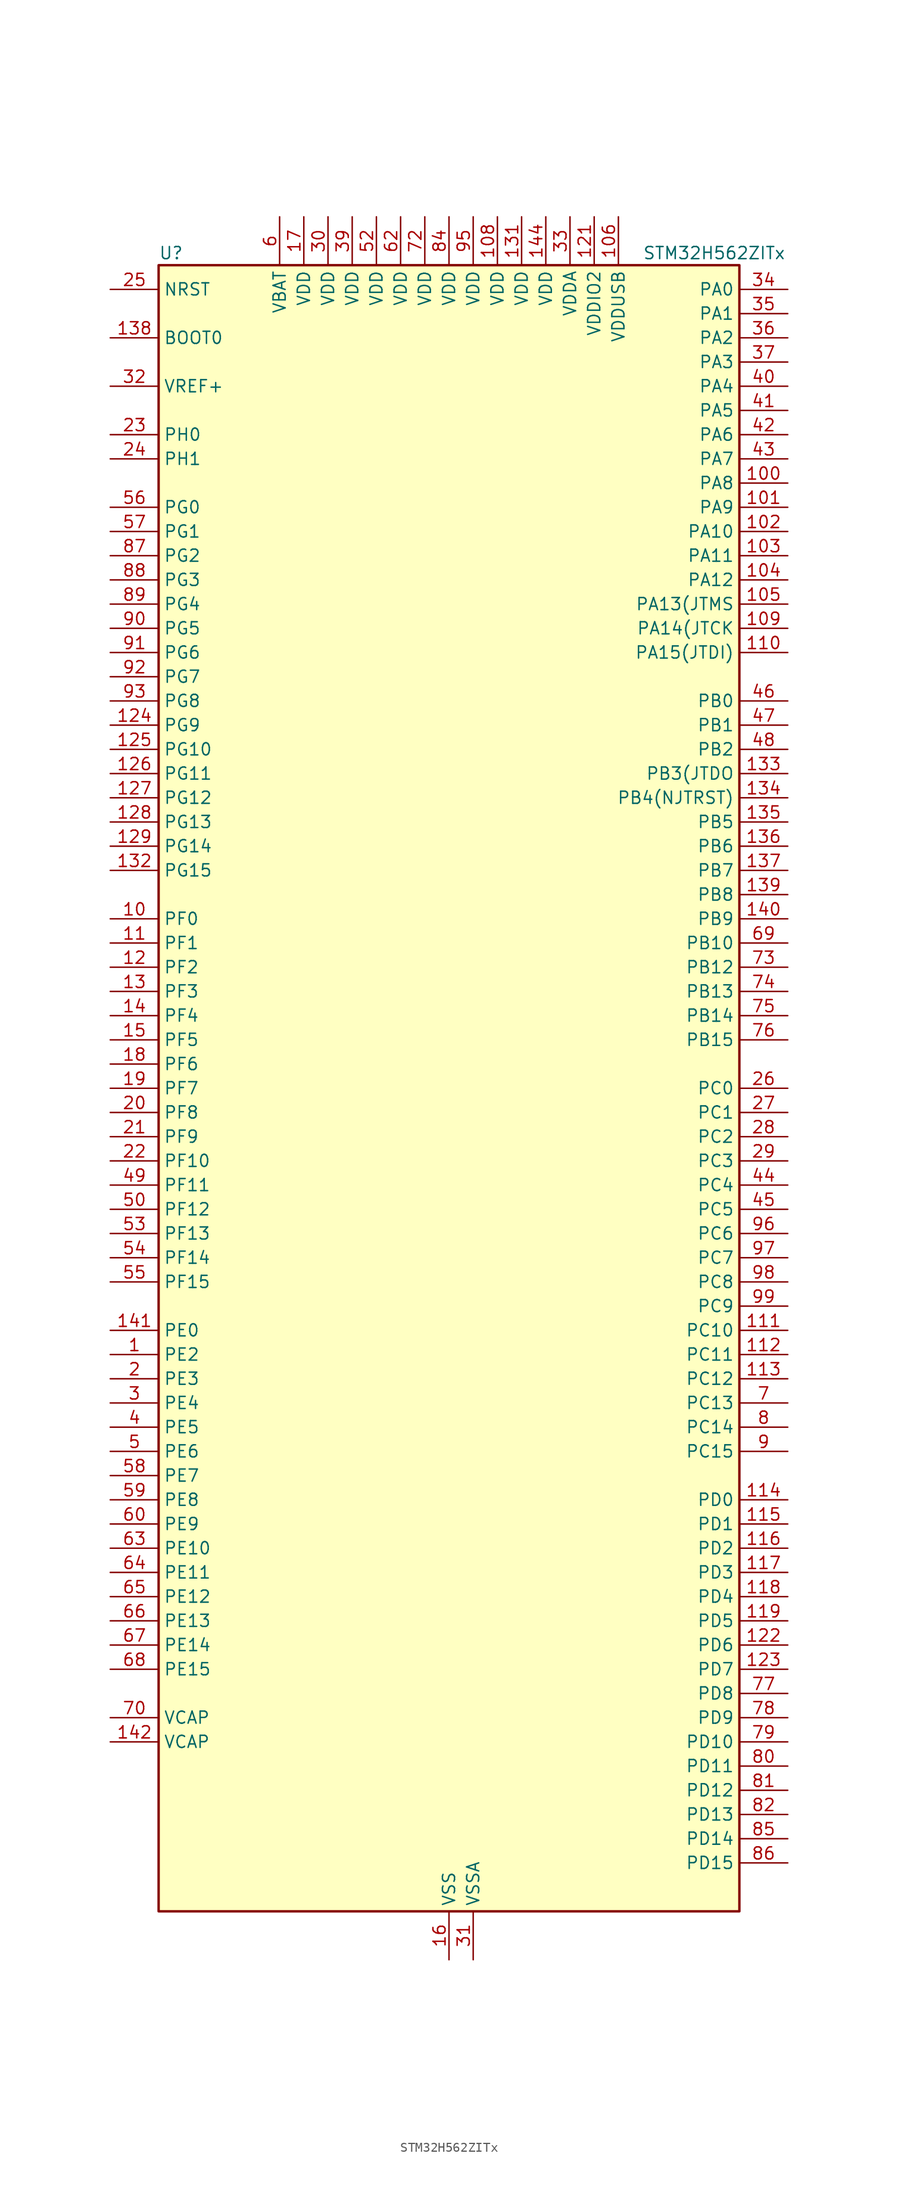
<source format=kicad_sym>
(kicad_symbol_lib
  (version 20231120)
  (generator "kicad-library-utils")
  (generator_version "8.0")
  (symbol "STM32H562ZITx"
    (property "Reference" "U"
      (at -30.48 87.63 0)
      (effects (font (size 1.27 1.27)) (justify left)))
    (property "Value" "STM32H562ZITx"
      (at 20.32 87.63 0)
      (effects (font (size 1.27 1.27)) (justify left)))
    (symbol "STM32H562ZITx_0_1"
      (rectangle (start -30.48 -86.36) (end 30.48 86.36) (stroke (width 0.254) (type default)) (fill (type background))))
    (symbol "STM32H562ZITx_1_1"
      (pin bidirectional line (at -35.56 -27.94 0) (length 5.08) (name "PE2" (effects (font (size 1.27 1.27)))) (number "1" (effects (font (size 1.27 1.27)))) (alternate "DCMI_D3" bidirectional line) (alternate "DEBUG_TRACECLK" bidirectional line) (alternate "FMC_A23" bidirectional line) (alternate "LPTIM1_IN2" bidirectional line) (alternate "OCTOSPI1_IO2" bidirectional line) (alternate "PSSI_D3" bidirectional line) (alternate "SAI1_CK1" bidirectional line) (alternate "SAI1_MCLK_A" bidirectional line) (alternate "SPI4_SCK" bidirectional line) (alternate "UART8_TX" bidirectional line) (alternate "USART10_RX" bidirectional line))
      (pin bidirectional line (at -35.56 17.78 0) (length 5.08) (name "PF0" (effects (font (size 1.27 1.27)))) (number "10" (effects (font (size 1.27 1.27)))) (alternate "FMC_A0" bidirectional line) (alternate "I2C2_SDA" bidirectional line) (alternate "LPTIM5_CH1" bidirectional line))
      (pin bidirectional line (at 35.56 63.5 180) (length 5.08) (name "PA8" (effects (font (size 1.27 1.27)))) (number "100" (effects (font (size 1.27 1.27)))) (alternate "DCMI_D3" bidirectional line) (alternate "FMC_NOE" bidirectional line) (alternate "I2C3_SCL" bidirectional line) (alternate "PSSI_D3" bidirectional line) (alternate "RCC_MCO_1" bidirectional line) (alternate "SPI1_RDY" bidirectional line) (alternate "TIM1_CH1" bidirectional line) (alternate "TIM8_BKIN2" bidirectional line) (alternate "UART7_RX" bidirectional line) (alternate "USART1_CK" bidirectional line) (alternate "USB_SOF" bidirectional line))
      (pin bidirectional line (at 35.56 60.96 180) (length 5.08) (name "PA9" (effects (font (size 1.27 1.27)))) (number "101" (effects (font (size 1.27 1.27)))) (alternate "DAC1_EXTI9" bidirectional line) (alternate "DCMI_D0" bidirectional line) (alternate "FMC_NWE" bidirectional line) (alternate "I2C3_SMBA" bidirectional line) (alternate "I2S2_CK" bidirectional line) (alternate "LPUART1_TX" bidirectional line) (alternate "PSSI_D0" bidirectional line) (alternate "SPI2_SCK" bidirectional line) (alternate "TIM1_CH2" bidirectional line) (alternate "UCPD1_DB1" bidirectional line) (alternate "USART1_TX" bidirectional line))
      (pin bidirectional line (at 35.56 58.42 180) (length 5.08) (name "PA10" (effects (font (size 1.27 1.27)))) (number "102" (effects (font (size 1.27 1.27)))) (alternate "DCMI_D1" bidirectional line) (alternate "LPTIM2_IN2" bidirectional line) (alternate "LPUART1_RX" bidirectional line) (alternate "PSSI_D1" bidirectional line) (alternate "SDMMC1_D0" bidirectional line) (alternate "TIM1_CH3" bidirectional line) (alternate "UCPD1_FRSTX" bidirectional line) (alternate "USART1_RX" bidirectional line))
      (pin bidirectional line (at 35.56 55.88 180) (length 5.08) (name "PA11" (effects (font (size 1.27 1.27)))) (number "103" (effects (font (size 1.27 1.27)))) (alternate "ADC1_EXTI11" bidirectional line) (alternate "ADC2_EXTI11" bidirectional line) (alternate "FDCAN1_RX" bidirectional line) (alternate "I2S2_WS" bidirectional line) (alternate "LPUART1_CTS" bidirectional line) (alternate "SPI2_NSS" bidirectional line) (alternate "TIM1_CH4" bidirectional line) (alternate "UART4_RX" bidirectional line) (alternate "USART1_CTS" bidirectional line) (alternate "USART1_NSS" bidirectional line) (alternate "USB_DM" bidirectional line))
      (pin bidirectional line (at 35.56 53.34 180) (length 5.08) (name "PA12" (effects (font (size 1.27 1.27)))) (number "104" (effects (font (size 1.27 1.27)))) (alternate "FDCAN1_TX" bidirectional line) (alternate "I2S2_CK" bidirectional line) (alternate "LPUART1_RTS" bidirectional line) (alternate "SAI2_FS_B" bidirectional line) (alternate "SPI2_SCK" bidirectional line) (alternate "TIM1_ETR" bidirectional line) (alternate "UART4_TX" bidirectional line) (alternate "USART1_RTS" bidirectional line) (alternate "USB_DP" bidirectional line))
      (pin bidirectional line (at 35.56 50.8 180) (length 5.08) (name "PA13(JTMS" (effects (font (size 1.27 1.27)))) (number "105" (effects (font (size 1.27 1.27)))) (alternate "DEBUG_JTMS-SWDIO" bidirectional line))
      (pin power_in line (at 17.78 91.44 270) (length 5.08) (name "VDDUSB" (effects (font (size 1.27 1.27)))) (number "106" (effects (font (size 1.27 1.27)))))
      (pin passive line (at 0 -91.44 90) (length 5.08) hide (name "VSS" (effects (font (size 1.27 1.27)))) (number "107" (effects (font (size 1.27 1.27)))))
      (pin power_in line (at 5.08 91.44 270) (length 5.08) (name "VDD" (effects (font (size 1.27 1.27)))) (number "108" (effects (font (size 1.27 1.27)))))
      (pin bidirectional line (at 35.56 48.26 180) (length 5.08) (name "PA14(JTCK" (effects (font (size 1.27 1.27)))) (number "109" (effects (font (size 1.27 1.27)))) (alternate "DEBUG_JTCK-SWCLK" bidirectional line))
      (pin bidirectional line (at -35.56 15.24 0) (length 5.08) (name "PF1" (effects (font (size 1.27 1.27)))) (number "11" (effects (font (size 1.27 1.27)))) (alternate "FMC_A1" bidirectional line) (alternate "I2C2_SCL" bidirectional line) (alternate "LPTIM5_CH2" bidirectional line))
      (pin bidirectional line (at 35.56 45.72 180) (length 5.08) (name "PA15(JTDI)" (effects (font (size 1.27 1.27)))) (number "110" (effects (font (size 1.27 1.27)))) (alternate "ADC1_EXTI15" bidirectional line) (alternate "ADC2_EXTI15" bidirectional line) (alternate "CEC" bidirectional line) (alternate "DCMI_D11" bidirectional line) (alternate "DEBUG_JTDI" bidirectional line) (alternate "FMC_NBL1" bidirectional line) (alternate "I2S1_WS" bidirectional line) (alternate "I2S3_WS" bidirectional line) (alternate "LPTIM3_IN2" bidirectional line) (alternate "PSSI_D11" bidirectional line) (alternate "SPI1_NSS" bidirectional line) (alternate "SPI3_NSS" bidirectional line) (alternate "SPI6_NSS" bidirectional line) (alternate "TIM2_CH1" bidirectional line) (alternate "TIM2_ETR" bidirectional line) (alternate "UART4_DE" bidirectional line) (alternate "UART4_RTS" bidirectional line) (alternate "UART7_TX" bidirectional line))
      (pin bidirectional line (at 35.56 -25.4 180) (length 5.08) (name "PC10" (effects (font (size 1.27 1.27)))) (number "111" (effects (font (size 1.27 1.27)))) (alternate "DCMI_D8" bidirectional line) (alternate "I2S3_CK" bidirectional line) (alternate "LPTIM3_ETR" bidirectional line) (alternate "OCTOSPI1_IO1" bidirectional line) (alternate "PSSI_D8" bidirectional line) (alternate "SDMMC1_D2" bidirectional line) (alternate "SPI3_SCK" bidirectional line) (alternate "UART4_TX" bidirectional line) (alternate "USART3_TX" bidirectional line))
      (pin bidirectional line (at 35.56 -27.94 180) (length 5.08) (name "PC11" (effects (font (size 1.27 1.27)))) (number "112" (effects (font (size 1.27 1.27)))) (alternate "ADC1_EXTI11" bidirectional line) (alternate "ADC2_EXTI11" bidirectional line) (alternate "DCMI_D4" bidirectional line) (alternate "I2S3_SDI" bidirectional line) (alternate "LPTIM3_IN1" bidirectional line) (alternate "OCTOSPI1_NCS" bidirectional line) (alternate "PSSI_D4" bidirectional line) (alternate "SDMMC1_D3" bidirectional line) (alternate "SPI3_MISO" bidirectional line) (alternate "UART4_RX" bidirectional line) (alternate "USART3_RX" bidirectional line))
      (pin bidirectional line (at 35.56 -30.48 180) (length 5.08) (name "PC12" (effects (font (size 1.27 1.27)))) (number "113" (effects (font (size 1.27 1.27)))) (alternate "DCMI_D9" bidirectional line) (alternate "DEBUG_TRACED3" bidirectional line) (alternate "I2S3_SDO" bidirectional line) (alternate "PSSI_D9" bidirectional line) (alternate "SDMMC1_CK" bidirectional line) (alternate "SPI3_MOSI" bidirectional line) (alternate "SPI6_SCK" bidirectional line) (alternate "TIM15_CH1" bidirectional line) (alternate "UART5_TX" bidirectional line) (alternate "USART3_CK" bidirectional line))
      (pin bidirectional line (at 35.56 -43.18 180) (length 5.08) (name "PD0" (effects (font (size 1.27 1.27)))) (number "114" (effects (font (size 1.27 1.27)))) (alternate "FDCAN1_RX" bidirectional line) (alternate "FMC_D2" bidirectional line) (alternate "FMC_DA2" bidirectional line) (alternate "TIM8_CH4N" bidirectional line) (alternate "UART4_RX" bidirectional line) (alternate "UART9_CTS" bidirectional line))
      (pin bidirectional line (at 35.56 -45.72 180) (length 5.08) (name "PD1" (effects (font (size 1.27 1.27)))) (number "115" (effects (font (size 1.27 1.27)))) (alternate "FDCAN1_TX" bidirectional line) (alternate "FMC_D3" bidirectional line) (alternate "FMC_DA3" bidirectional line) (alternate "UART4_TX" bidirectional line))
      (pin bidirectional line (at 35.56 -48.26 180) (length 5.08) (name "PD2" (effects (font (size 1.27 1.27)))) (number "116" (effects (font (size 1.27 1.27)))) (alternate "DCMI_D11" bidirectional line) (alternate "DEBUG_TRACED2" bidirectional line) (alternate "LPTIM4_ETR" bidirectional line) (alternate "PSSI_D11" bidirectional line) (alternate "PWR_WKUP7" bidirectional line) (alternate "SDMMC1_CMD" bidirectional line) (alternate "TIM15_BKIN" bidirectional line) (alternate "TIM3_ETR" bidirectional line) (alternate "UART5_RX" bidirectional line))
      (pin bidirectional line (at 35.56 -50.8 180) (length 5.08) (name "PD3" (effects (font (size 1.27 1.27)))) (number "117" (effects (font (size 1.27 1.27)))) (alternate "DCMI_D5" bidirectional line) (alternate "FMC_CLK" bidirectional line) (alternate "I2S2_CK" bidirectional line) (alternate "PSSI_D5" bidirectional line) (alternate "PWR_WKUP8" bidirectional line) (alternate "SPI2_SCK" bidirectional line) (alternate "USART2_CTS" bidirectional line) (alternate "USART2_NSS" bidirectional line))
      (pin bidirectional line (at 35.56 -53.34 180) (length 5.08) (name "PD4" (effects (font (size 1.27 1.27)))) (number "118" (effects (font (size 1.27 1.27)))) (alternate "FMC_NOE" bidirectional line) (alternate "OCTOSPI1_IO4" bidirectional line) (alternate "USART2_RTS" bidirectional line))
      (pin bidirectional line (at 35.56 -55.88 180) (length 5.08) (name "PD5" (effects (font (size 1.27 1.27)))) (number "119" (effects (font (size 1.27 1.27)))) (alternate "FDCAN1_TX" bidirectional line) (alternate "FMC_NWE" bidirectional line) (alternate "OCTOSPI1_IO5" bidirectional line) (alternate "SPI2_RDY" bidirectional line) (alternate "TIM1_CH4N" bidirectional line) (alternate "USART2_TX" bidirectional line))
      (pin bidirectional line (at -35.56 12.7 0) (length 5.08) (name "PF2" (effects (font (size 1.27 1.27)))) (number "12" (effects (font (size 1.27 1.27)))) (alternate "FMC_A2" bidirectional line) (alternate "I2C2_SMBA" bidirectional line) (alternate "LPTIM3_CH2" bidirectional line) (alternate "LPTIM3_IN2" bidirectional line) (alternate "LPTIM5_IN1" bidirectional line) (alternate "UART12_TX" bidirectional line) (alternate "USART11_CK" bidirectional line))
      (pin passive line (at 0 -91.44 90) (length 5.08) hide (name "VSS" (effects (font (size 1.27 1.27)))) (number "120" (effects (font (size 1.27 1.27)))))
      (pin power_in line (at 15.24 91.44 270) (length 5.08) (name "VDDIO2" (effects (font (size 1.27 1.27)))) (number "121" (effects (font (size 1.27 1.27)))))
      (pin bidirectional line (at 35.56 -58.42 180) (length 5.08) (name "PD6" (effects (font (size 1.27 1.27)))) (number "122" (effects (font (size 1.27 1.27)))) (alternate "DCMI_D10" bidirectional line) (alternate "FMC_NWAIT" bidirectional line) (alternate "I2S3_SDO" bidirectional line) (alternate "OCTOSPI1_IO6" bidirectional line) (alternate "PSSI_D10" bidirectional line) (alternate "SAI1_D1" bidirectional line) (alternate "SAI1_SD_A" bidirectional line) (alternate "SPI3_MOSI" bidirectional line) (alternate "USART2_RX" bidirectional line))
      (pin bidirectional line (at 35.56 -60.96 180) (length 5.08) (name "PD7" (effects (font (size 1.27 1.27)))) (number "123" (effects (font (size 1.27 1.27)))) (alternate "FMC_NCE" bidirectional line) (alternate "FMC_NE1" bidirectional line) (alternate "I2S1_SDO" bidirectional line) (alternate "LPTIM4_OUT" bidirectional line) (alternate "OCTOSPI1_IO7" bidirectional line) (alternate "SPI1_MOSI" bidirectional line) (alternate "USART2_CK" bidirectional line))
      (pin bidirectional line (at -35.56 38.1 0) (length 5.08) (name "PG9" (effects (font (size 1.27 1.27)))) (number "124" (effects (font (size 1.27 1.27)))) (alternate "DAC1_EXTI9" bidirectional line) (alternate "DCMI_VSYNC" bidirectional line) (alternate "FMC_NCE" bidirectional line) (alternate "FMC_NE2" bidirectional line) (alternate "I2S1_SDI" bidirectional line) (alternate "OCTOSPI1_IO6" bidirectional line) (alternate "PSSI_RDY" bidirectional line) (alternate "SAI2_FS_B" bidirectional line) (alternate "SPI1_MISO" bidirectional line) (alternate "USART6_RX" bidirectional line))
      (pin bidirectional line (at -35.56 35.56 0) (length 5.08) (name "PG10" (effects (font (size 1.27 1.27)))) (number "125" (effects (font (size 1.27 1.27)))) (alternate "DCMI_D2" bidirectional line) (alternate "FMC_NE3" bidirectional line) (alternate "I2S1_WS" bidirectional line) (alternate "PSSI_D2" bidirectional line) (alternate "SAI2_SD_B" bidirectional line) (alternate "SPI1_NSS" bidirectional line))
      (pin bidirectional line (at -35.56 33.02 0) (length 5.08) (name "PG11" (effects (font (size 1.27 1.27)))) (number "126" (effects (font (size 1.27 1.27)))) (alternate "ADC1_EXTI11" bidirectional line) (alternate "ADC2_EXTI11" bidirectional line) (alternate "DCMI_D3" bidirectional line) (alternate "I2S1_CK" bidirectional line) (alternate "LPTIM1_IN2" bidirectional line) (alternate "PSSI_D3" bidirectional line) (alternate "SPI1_SCK" bidirectional line) (alternate "USART10_RX" bidirectional line) (alternate "USART11_RTS" bidirectional line))
      (pin bidirectional line (at -35.56 30.48 0) (length 5.08) (name "PG12" (effects (font (size 1.27 1.27)))) (number "127" (effects (font (size 1.27 1.27)))) (alternate "DCMI_D11" bidirectional line) (alternate "FMC_NE4" bidirectional line) (alternate "LPTIM1_IN1" bidirectional line) (alternate "LPTIM5_CH1" bidirectional line) (alternate "PSSI_D11" bidirectional line) (alternate "PSSI_D15" bidirectional line) (alternate "SPI6_MISO" bidirectional line) (alternate "USART10_TX" bidirectional line) (alternate "USART6_RTS" bidirectional line))
      (pin bidirectional line (at -35.56 27.94 0) (length 5.08) (name "PG13" (effects (font (size 1.27 1.27)))) (number "128" (effects (font (size 1.27 1.27)))) (alternate "DEBUG_TRACED0" bidirectional line) (alternate "FMC_A24" bidirectional line) (alternate "LPTIM1_CH1" bidirectional line) (alternate "LPTIM5_CH2" bidirectional line) (alternate "SPI6_SCK" bidirectional line) (alternate "USART10_CTS" bidirectional line) (alternate "USART10_NSS" bidirectional line) (alternate "USART6_CTS" bidirectional line) (alternate "USART6_NSS" bidirectional line))
      (pin bidirectional line (at -35.56 25.4 0) (length 5.08) (name "PG14" (effects (font (size 1.27 1.27)))) (number "129" (effects (font (size 1.27 1.27)))) (alternate "DEBUG_TRACED1" bidirectional line) (alternate "FMC_A25" bidirectional line) (alternate "LPTIM1_CH2" bidirectional line) (alternate "LPTIM1_ETR" bidirectional line) (alternate "LPTIM5_IN1" bidirectional line) (alternate "OCTOSPI1_IO7" bidirectional line) (alternate "SPI6_MOSI" bidirectional line) (alternate "USART10_RTS" bidirectional line) (alternate "USART6_TX" bidirectional line))
      (pin bidirectional line (at -35.56 10.16 0) (length 5.08) (name "PF3" (effects (font (size 1.27 1.27)))) (number "13" (effects (font (size 1.27 1.27)))) (alternate "FMC_A3" bidirectional line) (alternate "LPTIM3_IN1" bidirectional line) (alternate "LPTIM5_IN2" bidirectional line) (alternate "USART11_TX" bidirectional line))
      (pin passive line (at 0 -91.44 90) (length 5.08) hide (name "VSS" (effects (font (size 1.27 1.27)))) (number "130" (effects (font (size 1.27 1.27)))))
      (pin power_in line (at 7.62 91.44 270) (length 5.08) (name "VDD" (effects (font (size 1.27 1.27)))) (number "131" (effects (font (size 1.27 1.27)))))
      (pin bidirectional line (at -35.56 22.86 0) (length 5.08) (name "PG15" (effects (font (size 1.27 1.27)))) (number "132" (effects (font (size 1.27 1.27)))) (alternate "ADC1_EXTI15" bidirectional line) (alternate "ADC2_EXTI15" bidirectional line) (alternate "DCMI_D13" bidirectional line) (alternate "FMC_SDNCAS" bidirectional line) (alternate "PSSI_D13" bidirectional line) (alternate "SPI4_RDY" bidirectional line) (alternate "USART10_CK" bidirectional line) (alternate "USART6_CTS" bidirectional line) (alternate "USART6_NSS" bidirectional line))
      (pin bidirectional line (at 35.56 33.02 180) (length 5.08) (name "PB3(JTDO" (effects (font (size 1.27 1.27)))) (number "133" (effects (font (size 1.27 1.27)))) (alternate "CRS_SYNC" bidirectional line) (alternate "DEBUG_JTDO-SWO" bidirectional line) (alternate "I2C2_SDA" bidirectional line) (alternate "I2S1_CK" bidirectional line) (alternate "I2S3_CK" bidirectional line) (alternate "LPTIM6_ETR" bidirectional line) (alternate "SPI1_SCK" bidirectional line) (alternate "SPI3_SCK" bidirectional line) (alternate "SPI6_SCK" bidirectional line) (alternate "TIM2_CH2" bidirectional line) (alternate "UART12_CTS" bidirectional line) (alternate "UART7_RX" bidirectional line))
      (pin bidirectional line (at 35.56 30.48 180) (length 5.08) (name "PB4(NJTRST)" (effects (font (size 1.27 1.27)))) (number "134" (effects (font (size 1.27 1.27)))) (alternate "DCMI_D7" bidirectional line) (alternate "DEBUG_JTRST" bidirectional line) (alternate "I2S1_SDI" bidirectional line) (alternate "I2S2_WS" bidirectional line) (alternate "I2S3_SDI" bidirectional line) (alternate "LPTIM1_CH2" bidirectional line) (alternate "OCTOSPI1_CLK" bidirectional line) (alternate "PSSI_D7" bidirectional line) (alternate "SPI1_MISO" bidirectional line) (alternate "SPI2_NSS" bidirectional line) (alternate "SPI3_MISO" bidirectional line) (alternate "SPI6_MISO" bidirectional line) (alternate "TIM16_BKIN" bidirectional line) (alternate "TIM3_CH1" bidirectional line) (alternate "UART7_TX" bidirectional line))
      (pin bidirectional line (at 35.56 27.94 180) (length 5.08) (name "PB5" (effects (font (size 1.27 1.27)))) (number "135" (effects (font (size 1.27 1.27)))) (alternate "DCMI_D10" bidirectional line) (alternate "FMC_SDCKE1" bidirectional line) (alternate "I2C1_SMBA" bidirectional line) (alternate "I2C4_SMBA" bidirectional line) (alternate "I2S1_SDO" bidirectional line) (alternate "I2S3_SDO" bidirectional line) (alternate "OCTOSPI1_NCLK" bidirectional line) (alternate "PSSI_D10" bidirectional line) (alternate "SPI1_MOSI" bidirectional line) (alternate "SPI3_MOSI" bidirectional line) (alternate "SPI6_MOSI" bidirectional line) (alternate "TIM17_BKIN" bidirectional line) (alternate "TIM3_CH2" bidirectional line) (alternate "UART5_RX" bidirectional line))
      (pin bidirectional line (at 35.56 25.4 180) (length 5.08) (name "PB6" (effects (font (size 1.27 1.27)))) (number "136" (effects (font (size 1.27 1.27)))) (alternate "CEC" bidirectional line) (alternate "DCMI_D5" bidirectional line) (alternate "FMC_SDNE1" bidirectional line) (alternate "I2C1_SCL" bidirectional line) (alternate "I2C4_SCL" bidirectional line) (alternate "I3C1_SCL" bidirectional line) (alternate "LPUART1_TX" bidirectional line) (alternate "OCTOSPI1_NCS" bidirectional line) (alternate "PSSI_D5" bidirectional line) (alternate "TIM16_CH1N" bidirectional line) (alternate "TIM4_CH1" bidirectional line) (alternate "UART5_TX" bidirectional line) (alternate "USART1_TX" bidirectional line))
      (pin bidirectional line (at 35.56 22.86 180) (length 5.08) (name "PB7" (effects (font (size 1.27 1.27)))) (number "137" (effects (font (size 1.27 1.27)))) (alternate "DCMI_VSYNC" bidirectional line) (alternate "FDCAN1_TX" bidirectional line) (alternate "FMC_NL" bidirectional line) (alternate "I2C1_SDA" bidirectional line) (alternate "I2C4_SDA" bidirectional line) (alternate "I3C1_SDA" bidirectional line) (alternate "LPUART1_RX" bidirectional line) (alternate "PSSI_RDY" bidirectional line) (alternate "PWR_WKUP5" bidirectional line) (alternate "TIM17_CH1N" bidirectional line) (alternate "TIM4_CH2" bidirectional line) (alternate "USART1_RX" bidirectional line))
      (pin input line (at -35.56 78.74 0) (length 5.08) (name "BOOT0" (effects (font (size 1.27 1.27)))) (number "138" (effects (font (size 1.27 1.27)))))
      (pin bidirectional line (at 35.56 20.32 180) (length 5.08) (name "PB8" (effects (font (size 1.27 1.27)))) (number "139" (effects (font (size 1.27 1.27)))) (alternate "DCMI_D6" bidirectional line) (alternate "FDCAN1_RX" bidirectional line) (alternate "I2C1_SCL" bidirectional line) (alternate "I2C4_SCL" bidirectional line) (alternate "I3C1_SCL" bidirectional line) (alternate "PSSI_D6" bidirectional line) (alternate "SDMMC1_CKIN" bidirectional line) (alternate "SDMMC1_D4" bidirectional line) (alternate "SPI4_RDY" bidirectional line) (alternate "TIM16_CH1" bidirectional line) (alternate "TIM4_CH3" bidirectional line) (alternate "UART4_RX" bidirectional line))
      (pin bidirectional line (at -35.56 7.62 0) (length 5.08) (name "PF4" (effects (font (size 1.27 1.27)))) (number "14" (effects (font (size 1.27 1.27)))) (alternate "FMC_A4" bidirectional line) (alternate "LPTIM3_ETR" bidirectional line) (alternate "USART11_RX" bidirectional line))
      (pin bidirectional line (at 35.56 17.78 180) (length 5.08) (name "PB9" (effects (font (size 1.27 1.27)))) (number "140" (effects (font (size 1.27 1.27)))) (alternate "DAC1_EXTI9" bidirectional line) (alternate "DCMI_D7" bidirectional line) (alternate "FDCAN1_TX" bidirectional line) (alternate "I2C1_SDA" bidirectional line) (alternate "I2C4_SDA" bidirectional line) (alternate "I2S2_WS" bidirectional line) (alternate "I3C1_SDA" bidirectional line) (alternate "PSSI_D7" bidirectional line) (alternate "SDMMC1_CDIR" bidirectional line) (alternate "SDMMC1_D5" bidirectional line) (alternate "SPI2_NSS" bidirectional line) (alternate "TIM17_CH1" bidirectional line) (alternate "TIM4_CH4" bidirectional line) (alternate "UART4_TX" bidirectional line))
      (pin bidirectional line (at -35.56 -25.4 0) (length 5.08) (name "PE0" (effects (font (size 1.27 1.27)))) (number "141" (effects (font (size 1.27 1.27)))) (alternate "DCMI_D2" bidirectional line) (alternate "FDCAN1_RX" bidirectional line) (alternate "FMC_NBL0" bidirectional line) (alternate "LPTIM1_ETR" bidirectional line) (alternate "LPTIM2_CH2" bidirectional line) (alternate "LPTIM2_ETR" bidirectional line) (alternate "PSSI_D2" bidirectional line) (alternate "SAI2_MCLK_A" bidirectional line) (alternate "SPI3_RDY" bidirectional line) (alternate "TIM4_ETR" bidirectional line) (alternate "UART8_RX" bidirectional line))
      (pin power_out line (at -35.56 -68.58 0) (length 5.08) (name "VCAP" (effects (font (size 1.27 1.27)))) (number "142" (effects (font (size 1.27 1.27)))))
      (pin passive line (at 0 -91.44 90) (length 5.08) hide (name "VSS" (effects (font (size 1.27 1.27)))) (number "143" (effects (font (size 1.27 1.27)))))
      (pin power_in line (at 10.16 91.44 270) (length 5.08) (name "VDD" (effects (font (size 1.27 1.27)))) (number "144" (effects (font (size 1.27 1.27)))))
      (pin bidirectional line (at -35.56 5.08 0) (length 5.08) (name "PF5" (effects (font (size 1.27 1.27)))) (number "15" (effects (font (size 1.27 1.27)))) (alternate "FMC_A5" bidirectional line) (alternate "I2C4_SCL" bidirectional line) (alternate "I3C1_SCL" bidirectional line) (alternate "LPTIM3_CH1" bidirectional line) (alternate "LPTIM3_IN1" bidirectional line) (alternate "UART12_RX" bidirectional line) (alternate "USART11_CTS" bidirectional line) (alternate "USART11_NSS" bidirectional line))
      (pin power_in line (at 0 -91.44 90) (length 5.08) (name "VSS" (effects (font (size 1.27 1.27)))) (number "16" (effects (font (size 1.27 1.27)))))
      (pin power_in line (at -15.24 91.44 270) (length 5.08) (name "VDD" (effects (font (size 1.27 1.27)))) (number "17" (effects (font (size 1.27 1.27)))))
      (pin bidirectional line (at -35.56 2.54 0) (length 5.08) (name "PF6" (effects (font (size 1.27 1.27)))) (number "18" (effects (font (size 1.27 1.27)))) (alternate "LPTIM5_CH1" bidirectional line) (alternate "OCTOSPI1_IO3" bidirectional line) (alternate "SAI1_SD_B" bidirectional line) (alternate "SPI5_NSS" bidirectional line) (alternate "TIM16_CH1" bidirectional line) (alternate "UART7_RX" bidirectional line))
      (pin bidirectional line (at -35.56 0 0) (length 5.08) (name "PF7" (effects (font (size 1.27 1.27)))) (number "19" (effects (font (size 1.27 1.27)))) (alternate "LPTIM5_CH2" bidirectional line) (alternate "OCTOSPI1_IO2" bidirectional line) (alternate "SAI1_MCLK_B" bidirectional line) (alternate "SPI5_SCK" bidirectional line) (alternate "TIM17_CH1" bidirectional line) (alternate "UART7_TX" bidirectional line))
      (pin bidirectional line (at -35.56 -30.48 0) (length 5.08) (name "PE3" (effects (font (size 1.27 1.27)))) (number "2" (effects (font (size 1.27 1.27)))) (alternate "DEBUG_TRACED0" bidirectional line) (alternate "FMC_A19" bidirectional line) (alternate "SAI1_SD_B" bidirectional line) (alternate "TAMP_IN6" bidirectional line) (alternate "TAMP_OUT3" bidirectional line) (alternate "TIM15_BKIN" bidirectional line) (alternate "USART10_TX" bidirectional line))
      (pin bidirectional line (at -35.56 -2.54 0) (length 5.08) (name "PF8" (effects (font (size 1.27 1.27)))) (number "20" (effects (font (size 1.27 1.27)))) (alternate "LPTIM5_IN1" bidirectional line) (alternate "OCTOSPI1_IO0" bidirectional line) (alternate "SAI1_SCK_B" bidirectional line) (alternate "SPI5_MISO" bidirectional line) (alternate "TIM13_CH1" bidirectional line) (alternate "TIM16_CH1N" bidirectional line) (alternate "UART7_RTS" bidirectional line))
      (pin bidirectional line (at -35.56 -5.08 0) (length 5.08) (name "PF9" (effects (font (size 1.27 1.27)))) (number "21" (effects (font (size 1.27 1.27)))) (alternate "DAC1_EXTI9" bidirectional line) (alternate "LPTIM5_IN2" bidirectional line) (alternate "OCTOSPI1_IO1" bidirectional line) (alternate "SAI1_FS_B" bidirectional line) (alternate "SPI5_MOSI" bidirectional line) (alternate "TIM14_CH1" bidirectional line) (alternate "TIM17_CH1N" bidirectional line) (alternate "UART7_CTS" bidirectional line))
      (pin bidirectional line (at -35.56 -7.62 0) (length 5.08) (name "PF10" (effects (font (size 1.27 1.27)))) (number "22" (effects (font (size 1.27 1.27)))) (alternate "DCMI_D11" bidirectional line) (alternate "OCTOSPI1_CLK" bidirectional line) (alternate "PSSI_D11" bidirectional line) (alternate "PSSI_D15" bidirectional line) (alternate "SAI1_D3" bidirectional line) (alternate "TIM16_BKIN" bidirectional line))
      (pin bidirectional line (at -35.56 68.58 0) (length 5.08) (name "PH0" (effects (font (size 1.27 1.27)))) (number "23" (effects (font (size 1.27 1.27)))) (alternate "RCC_OSC_IN" bidirectional line))
      (pin bidirectional line (at -35.56 66.04 0) (length 5.08) (name "PH1" (effects (font (size 1.27 1.27)))) (number "24" (effects (font (size 1.27 1.27)))) (alternate "RCC_OSC_OUT" bidirectional line))
      (pin input line (at -35.56 83.82 0) (length 5.08) (name "NRST" (effects (font (size 1.27 1.27)))) (number "25" (effects (font (size 1.27 1.27)))))
      (pin bidirectional line (at 35.56 0 180) (length 5.08) (name "PC0" (effects (font (size 1.27 1.27)))) (number "26" (effects (font (size 1.27 1.27)))) (alternate "ADC1_INP10" bidirectional line) (alternate "ADC2_INP10" bidirectional line) (alternate "FMC_A25" bidirectional line) (alternate "FMC_SDNWE" bidirectional line) (alternate "OCTOSPI1_IO7" bidirectional line) (alternate "SAI1_MCLK_A" bidirectional line) (alternate "SAI2_FS_B" bidirectional line) (alternate "SPI2_RDY" bidirectional line) (alternate "TIM16_BKIN" bidirectional line))
      (pin bidirectional line (at 35.56 -2.54 180) (length 5.08) (name "PC1" (effects (font (size 1.27 1.27)))) (number "27" (effects (font (size 1.27 1.27)))) (alternate "ADC1_INN10" bidirectional line) (alternate "ADC1_INP11" bidirectional line) (alternate "ADC2_INN10" bidirectional line) (alternate "ADC2_INP11" bidirectional line) (alternate "DEBUG_TRACED0" bidirectional line) (alternate "I2S2_SDO" bidirectional line) (alternate "OCTOSPI1_IO4" bidirectional line) (alternate "PWR_WKUP6" bidirectional line) (alternate "SAI1_D1" bidirectional line) (alternate "SAI1_SD_A" bidirectional line) (alternate "SAI2_SD_A" bidirectional line) (alternate "SPI2_MOSI" bidirectional line) (alternate "TAMP_IN3" bidirectional line) (alternate "TAMP_OUT5" bidirectional line) (alternate "USART11_RTS" bidirectional line))
      (pin bidirectional line (at 35.56 -5.08 180) (length 5.08) (name "PC2" (effects (font (size 1.27 1.27)))) (number "28" (effects (font (size 1.27 1.27)))) (alternate "ADC1_INN11" bidirectional line) (alternate "ADC1_INP12" bidirectional line) (alternate "ADC2_INN11" bidirectional line) (alternate "ADC2_INP12" bidirectional line) (alternate "FMC_SDNE0" bidirectional line) (alternate "I2S2_SDI" bidirectional line) (alternate "OCTOSPI1_IO2" bidirectional line) (alternate "OCTOSPI1_IO5" bidirectional line) (alternate "PWR_CSLEEP" bidirectional line) (alternate "SPI2_MISO" bidirectional line) (alternate "TIM17_CH1" bidirectional line) (alternate "TIM4_CH4" bidirectional line))
      (pin bidirectional line (at 35.56 -7.62 180) (length 5.08) (name "PC3" (effects (font (size 1.27 1.27)))) (number "29" (effects (font (size 1.27 1.27)))) (alternate "ADC1_INN12" bidirectional line) (alternate "ADC1_INP13" bidirectional line) (alternate "ADC2_INN12" bidirectional line) (alternate "ADC2_INP13" bidirectional line) (alternate "FMC_SDCKE0" bidirectional line) (alternate "I2S2_SDO" bidirectional line) (alternate "LPTIM3_CH1" bidirectional line) (alternate "OCTOSPI1_IO0" bidirectional line) (alternate "OCTOSPI1_IO6" bidirectional line) (alternate "PWR_CSTOP" bidirectional line) (alternate "SAI1_D3" bidirectional line) (alternate "SPI2_MOSI" bidirectional line))
      (pin bidirectional line (at -35.56 -33.02 0) (length 5.08) (name "PE4" (effects (font (size 1.27 1.27)))) (number "3" (effects (font (size 1.27 1.27)))) (alternate "DCMI_D4" bidirectional line) (alternate "DEBUG_TRACED1" bidirectional line) (alternate "FMC_A20" bidirectional line) (alternate "PSSI_D4" bidirectional line) (alternate "SAI1_D2" bidirectional line) (alternate "SAI1_FS_A" bidirectional line) (alternate "SPI4_NSS" bidirectional line) (alternate "TAMP_IN7" bidirectional line) (alternate "TAMP_OUT8" bidirectional line) (alternate "TIM15_CH1N" bidirectional line))
      (pin power_in line (at -12.7 91.44 270) (length 5.08) (name "VDD" (effects (font (size 1.27 1.27)))) (number "30" (effects (font (size 1.27 1.27)))))
      (pin power_in line (at 2.54 -91.44 90) (length 5.08) (name "VSSA" (effects (font (size 1.27 1.27)))) (number "31" (effects (font (size 1.27 1.27)))))
      (pin input line (at -35.56 73.66 0) (length 5.08) (name "VREF+" (effects (font (size 1.27 1.27)))) (number "32" (effects (font (size 1.27 1.27)))))
      (pin power_in line (at 12.7 91.44 270) (length 5.08) (name "VDDA" (effects (font (size 1.27 1.27)))) (number "33" (effects (font (size 1.27 1.27)))))
      (pin bidirectional line (at 35.56 83.82 180) (length 5.08) (name "PA0" (effects (font (size 1.27 1.27)))) (number "34" (effects (font (size 1.27 1.27)))) (alternate "ADC1_INN1" bidirectional line) (alternate "ADC1_INP0" bidirectional line) (alternate "ADC2_INN1" bidirectional line) (alternate "ADC2_INP0" bidirectional line) (alternate "PWR_WKUP1" bidirectional line) (alternate "SAI2_SD_B" bidirectional line) (alternate "SPI3_RDY" bidirectional line) (alternate "SPI6_NSS" bidirectional line) (alternate "TAMP_IN2" bidirectional line) (alternate "TAMP_OUT1" bidirectional line) (alternate "TIM15_BKIN" bidirectional line) (alternate "TIM2_CH1" bidirectional line) (alternate "TIM2_ETR" bidirectional line) (alternate "TIM5_CH1" bidirectional line) (alternate "TIM8_ETR" bidirectional line) (alternate "UART4_TX" bidirectional line) (alternate "USART2_CTS" bidirectional line) (alternate "USART2_NSS" bidirectional line))
      (pin bidirectional line (at 35.56 81.28 180) (length 5.08) (name "PA1" (effects (font (size 1.27 1.27)))) (number "35" (effects (font (size 1.27 1.27)))) (alternate "ADC1_INP1" bidirectional line) (alternate "ADC2_INP1" bidirectional line) (alternate "LPTIM1_IN1" bidirectional line) (alternate "OCTOSPI1_DQS" bidirectional line) (alternate "OCTOSPI1_IO3" bidirectional line) (alternate "SAI2_MCLK_B" bidirectional line) (alternate "TAMP_IN5" bidirectional line) (alternate "TAMP_OUT4" bidirectional line) (alternate "TIM15_CH1N" bidirectional line) (alternate "TIM2_CH2" bidirectional line) (alternate "TIM5_CH2" bidirectional line) (alternate "UART4_RX" bidirectional line) (alternate "USART2_RTS" bidirectional line))
      (pin bidirectional line (at 35.56 78.74 180) (length 5.08) (name "PA2" (effects (font (size 1.27 1.27)))) (number "36" (effects (font (size 1.27 1.27)))) (alternate "ADC1_INP14" bidirectional line) (alternate "ADC2_INP14" bidirectional line) (alternate "LPTIM1_IN2" bidirectional line) (alternate "PWR_WKUP2" bidirectional line) (alternate "SAI2_SCK_B" bidirectional line) (alternate "TAMP_IN4" bidirectional line) (alternate "TAMP_OUT3" bidirectional line) (alternate "TIM15_CH1" bidirectional line) (alternate "TIM2_CH3" bidirectional line) (alternate "TIM5_CH3" bidirectional line) (alternate "USART2_TX" bidirectional line))
      (pin bidirectional line (at 35.56 76.2 180) (length 5.08) (name "PA3" (effects (font (size 1.27 1.27)))) (number "37" (effects (font (size 1.27 1.27)))) (alternate "ADC1_INP15" bidirectional line) (alternate "ADC2_INP15" bidirectional line) (alternate "I2S2_WS" bidirectional line) (alternate "OCTOSPI1_CLK" bidirectional line) (alternate "SAI1_SD_B" bidirectional line) (alternate "SPI2_NSS" bidirectional line) (alternate "TIM15_CH2" bidirectional line) (alternate "TIM2_CH4" bidirectional line) (alternate "TIM5_CH4" bidirectional line) (alternate "USART2_RX" bidirectional line))
      (pin passive line (at 0 -91.44 90) (length 5.08) hide (name "VSS" (effects (font (size 1.27 1.27)))) (number "38" (effects (font (size 1.27 1.27)))))
      (pin power_in line (at -10.16 91.44 270) (length 5.08) (name "VDD" (effects (font (size 1.27 1.27)))) (number "39" (effects (font (size 1.27 1.27)))))
      (pin bidirectional line (at -35.56 -35.56 0) (length 5.08) (name "PE5" (effects (font (size 1.27 1.27)))) (number "4" (effects (font (size 1.27 1.27)))) (alternate "DCMI_D6" bidirectional line) (alternate "DEBUG_TRACED2" bidirectional line) (alternate "FMC_A21" bidirectional line) (alternate "PSSI_D6" bidirectional line) (alternate "SAI1_CK2" bidirectional line) (alternate "SAI1_SCK_A" bidirectional line) (alternate "SPI4_MISO" bidirectional line) (alternate "TAMP_IN8" bidirectional line) (alternate "TAMP_OUT7" bidirectional line) (alternate "TIM15_CH1" bidirectional line))
      (pin bidirectional line (at 35.56 73.66 180) (length 5.08) (name "PA4" (effects (font (size 1.27 1.27)))) (number "40" (effects (font (size 1.27 1.27)))) (alternate "ADC1_INP18" bidirectional line) (alternate "ADC2_INP18" bidirectional line) (alternate "DAC1_OUT1" bidirectional line) (alternate "DCMI_HSYNC" bidirectional line) (alternate "I2S1_WS" bidirectional line) (alternate "I2S3_WS" bidirectional line) (alternate "LPTIM2_CH1" bidirectional line) (alternate "PSSI_DE" bidirectional line) (alternate "SPI1_NSS" bidirectional line) (alternate "SPI3_NSS" bidirectional line) (alternate "SPI6_NSS" bidirectional line) (alternate "TIM5_ETR" bidirectional line) (alternate "USART2_CK" bidirectional line))
      (pin bidirectional line (at 35.56 71.12 180) (length 5.08) (name "PA5" (effects (font (size 1.27 1.27)))) (number "41" (effects (font (size 1.27 1.27)))) (alternate "ADC1_INN18" bidirectional line) (alternate "ADC1_INP19" bidirectional line) (alternate "ADC2_INN18" bidirectional line) (alternate "ADC2_INP19" bidirectional line) (alternate "DAC1_OUT2" bidirectional line) (alternate "I2S1_CK" bidirectional line) (alternate "PSSI_D14" bidirectional line) (alternate "SPI1_SCK" bidirectional line) (alternate "SPI6_SCK" bidirectional line) (alternate "TIM2_CH1" bidirectional line) (alternate "TIM2_ETR" bidirectional line) (alternate "TIM8_CH1N" bidirectional line))
      (pin bidirectional line (at 35.56 68.58 180) (length 5.08) (name "PA6" (effects (font (size 1.27 1.27)))) (number "42" (effects (font (size 1.27 1.27)))) (alternate "ADC1_INP3" bidirectional line) (alternate "ADC2_INP3" bidirectional line) (alternate "DCMI_PIXCLK" bidirectional line) (alternate "I2S1_SDI" bidirectional line) (alternate "OCTOSPI1_IO3" bidirectional line) (alternate "PSSI_PDCK" bidirectional line) (alternate "SPI1_MISO" bidirectional line) (alternate "SPI6_MISO" bidirectional line) (alternate "TIM13_CH1" bidirectional line) (alternate "TIM1_BKIN" bidirectional line) (alternate "TIM3_CH1" bidirectional line) (alternate "TIM8_BKIN" bidirectional line) (alternate "USART11_TX" bidirectional line))
      (pin bidirectional line (at 35.56 66.04 180) (length 5.08) (name "PA7" (effects (font (size 1.27 1.27)))) (number "43" (effects (font (size 1.27 1.27)))) (alternate "ADC1_INN3" bidirectional line) (alternate "ADC1_INP7" bidirectional line) (alternate "ADC2_INN3" bidirectional line) (alternate "ADC2_INP7" bidirectional line) (alternate "FMC_NWE" bidirectional line) (alternate "FMC_SDNWE" bidirectional line) (alternate "I2S1_SDO" bidirectional line) (alternate "OCTOSPI1_IO2" bidirectional line) (alternate "SPI1_MOSI" bidirectional line) (alternate "SPI6_MOSI" bidirectional line) (alternate "TIM14_CH1" bidirectional line) (alternate "TIM1_CH1N" bidirectional line) (alternate "TIM3_CH2" bidirectional line) (alternate "TIM8_CH1N" bidirectional line) (alternate "USART11_RX" bidirectional line))
      (pin bidirectional line (at 35.56 -10.16 180) (length 5.08) (name "PC4" (effects (font (size 1.27 1.27)))) (number "44" (effects (font (size 1.27 1.27)))) (alternate "ADC1_INP4" bidirectional line) (alternate "ADC2_INP4" bidirectional line) (alternate "FMC_SDNE0" bidirectional line) (alternate "I2S1_MCK" bidirectional line) (alternate "LPTIM2_ETR" bidirectional line) (alternate "SAI1_CK1" bidirectional line) (alternate "TIM2_CH4" bidirectional line) (alternate "USART3_RX" bidirectional line))
      (pin bidirectional line (at 35.56 -12.7 180) (length 5.08) (name "PC5" (effects (font (size 1.27 1.27)))) (number "45" (effects (font (size 1.27 1.27)))) (alternate "ADC1_INN4" bidirectional line) (alternate "ADC1_INP8" bidirectional line) (alternate "ADC2_INN4" bidirectional line) (alternate "ADC2_INP8" bidirectional line) (alternate "FMC_SDCKE0" bidirectional line) (alternate "OCTOSPI1_DQS" bidirectional line) (alternate "PSSI_D15" bidirectional line) (alternate "SAI1_D3" bidirectional line) (alternate "SAI1_FS_A" bidirectional line) (alternate "TIM1_CH4N" bidirectional line) (alternate "UART12_RTS" bidirectional line))
      (pin bidirectional line (at 35.56 40.64 180) (length 5.08) (name "PB0" (effects (font (size 1.27 1.27)))) (number "46" (effects (font (size 1.27 1.27)))) (alternate "ADC1_INN5" bidirectional line) (alternate "ADC1_INP9" bidirectional line) (alternate "ADC2_INN5" bidirectional line) (alternate "ADC2_INP9" bidirectional line) (alternate "LPTIM3_CH1" bidirectional line) (alternate "OCTOSPI1_IO1" bidirectional line) (alternate "TIM1_CH2N" bidirectional line) (alternate "TIM3_CH3" bidirectional line) (alternate "TIM8_CH2N" bidirectional line) (alternate "UART4_CTS" bidirectional line) (alternate "USART11_CK" bidirectional line))
      (pin bidirectional line (at 35.56 38.1 180) (length 5.08) (name "PB1" (effects (font (size 1.27 1.27)))) (number "47" (effects (font (size 1.27 1.27)))) (alternate "ADC1_INP5" bidirectional line) (alternate "ADC2_INP5" bidirectional line) (alternate "LPTIM3_CH2" bidirectional line) (alternate "OCTOSPI1_IO0" bidirectional line) (alternate "TIM1_CH3N" bidirectional line) (alternate "TIM3_CH4" bidirectional line) (alternate "TIM8_CH3N" bidirectional line))
      (pin bidirectional line (at 35.56 35.56 180) (length 5.08) (name "PB2" (effects (font (size 1.27 1.27)))) (number "48" (effects (font (size 1.27 1.27)))) (alternate "I2S3_SDO" bidirectional line) (alternate "LPTIM1_CH1" bidirectional line) (alternate "LPTIM5_ETR" bidirectional line) (alternate "OCTOSPI1_CLK" bidirectional line) (alternate "OCTOSPI1_DQS" bidirectional line) (alternate "RCC_LSCO" bidirectional line) (alternate "RTC_OUT2" bidirectional line) (alternate "SAI1_D1" bidirectional line) (alternate "SAI1_SD_A" bidirectional line) (alternate "SDMMC1_CMD" bidirectional line) (alternate "SPI1_RDY" bidirectional line) (alternate "SPI3_MOSI" bidirectional line) (alternate "TIM8_CH4N" bidirectional line))
      (pin bidirectional line (at -35.56 -10.16 0) (length 5.08) (name "PF11" (effects (font (size 1.27 1.27)))) (number "49" (effects (font (size 1.27 1.27)))) (alternate "ADC1_EXTI11" bidirectional line) (alternate "ADC1_INP2" bidirectional line) (alternate "ADC2_EXTI11" bidirectional line) (alternate "DCMI_D12" bidirectional line) (alternate "FMC_SDNRAS" bidirectional line) (alternate "LPTIM6_CH1" bidirectional line) (alternate "OCTOSPI1_NCLK" bidirectional line) (alternate "PSSI_D12" bidirectional line) (alternate "SAI2_SD_B" bidirectional line) (alternate "SPI5_MOSI" bidirectional line))
      (pin bidirectional line (at -35.56 -38.1 0) (length 5.08) (name "PE6" (effects (font (size 1.27 1.27)))) (number "5" (effects (font (size 1.27 1.27)))) (alternate "DCMI_D7" bidirectional line) (alternate "DEBUG_TRACED3" bidirectional line) (alternate "FMC_A22" bidirectional line) (alternate "PSSI_D7" bidirectional line) (alternate "SAI1_D1" bidirectional line) (alternate "SAI1_SD_A" bidirectional line) (alternate "SAI2_MCLK_B" bidirectional line) (alternate "SPI4_MOSI" bidirectional line) (alternate "TAMP_IN3" bidirectional line) (alternate "TAMP_OUT6" bidirectional line) (alternate "TIM15_CH2" bidirectional line) (alternate "TIM1_BKIN2" bidirectional line))
      (pin bidirectional line (at -35.56 -12.7 0) (length 5.08) (name "PF12" (effects (font (size 1.27 1.27)))) (number "50" (effects (font (size 1.27 1.27)))) (alternate "ADC1_INN2" bidirectional line) (alternate "ADC1_INP6" bidirectional line) (alternate "FMC_A6" bidirectional line) (alternate "LPTIM6_CH2" bidirectional line))
      (pin passive line (at 0 -91.44 90) (length 5.08) hide (name "VSS" (effects (font (size 1.27 1.27)))) (number "51" (effects (font (size 1.27 1.27)))))
      (pin power_in line (at -7.62 91.44 270) (length 5.08) (name "VDD" (effects (font (size 1.27 1.27)))) (number "52" (effects (font (size 1.27 1.27)))))
      (pin bidirectional line (at -35.56 -15.24 0) (length 5.08) (name "PF13" (effects (font (size 1.27 1.27)))) (number "53" (effects (font (size 1.27 1.27)))) (alternate "ADC2_INP2" bidirectional line) (alternate "FMC_A7" bidirectional line) (alternate "I2C4_SMBA" bidirectional line) (alternate "LPTIM6_IN1" bidirectional line))
      (pin bidirectional line (at -35.56 -17.78 0) (length 5.08) (name "PF14" (effects (font (size 1.27 1.27)))) (number "54" (effects (font (size 1.27 1.27)))) (alternate "ADC2_INN2" bidirectional line) (alternate "ADC2_INP6" bidirectional line) (alternate "FMC_A8" bidirectional line) (alternate "LPTIM6_IN2" bidirectional line))
      (pin bidirectional line (at -35.56 -20.32 0) (length 5.08) (name "PF15" (effects (font (size 1.27 1.27)))) (number "55" (effects (font (size 1.27 1.27)))) (alternate "ADC1_EXTI15" bidirectional line) (alternate "ADC2_EXTI15" bidirectional line) (alternate "FMC_A9" bidirectional line) (alternate "I2C4_SDA" bidirectional line) (alternate "I3C1_SDA" bidirectional line))
      (pin bidirectional line (at -35.56 60.96 0) (length 5.08) (name "PG0" (effects (font (size 1.27 1.27)))) (number "56" (effects (font (size 1.27 1.27)))) (alternate "FMC_A10" bidirectional line) (alternate "LPTIM4_IN1" bidirectional line) (alternate "UART9_RX" bidirectional line))
      (pin bidirectional line (at -35.56 58.42 0) (length 5.08) (name "PG1" (effects (font (size 1.27 1.27)))) (number "57" (effects (font (size 1.27 1.27)))) (alternate "FMC_A11" bidirectional line) (alternate "I2S2_SDO" bidirectional line) (alternate "SPI2_MOSI" bidirectional line) (alternate "UART9_TX" bidirectional line))
      (pin bidirectional line (at -35.56 -40.64 0) (length 5.08) (name "PE7" (effects (font (size 1.27 1.27)))) (number "58" (effects (font (size 1.27 1.27)))) (alternate "FMC_D4" bidirectional line) (alternate "FMC_DA4" bidirectional line) (alternate "OCTOSPI1_IO4" bidirectional line) (alternate "TIM1_ETR" bidirectional line) (alternate "UART12_RTS" bidirectional line) (alternate "UART7_RX" bidirectional line))
      (pin bidirectional line (at -35.56 -43.18 0) (length 5.08) (name "PE8" (effects (font (size 1.27 1.27)))) (number "59" (effects (font (size 1.27 1.27)))) (alternate "FMC_D5" bidirectional line) (alternate "FMC_DA5" bidirectional line) (alternate "OCTOSPI1_IO5" bidirectional line) (alternate "TIM1_CH1N" bidirectional line) (alternate "UART12_CTS" bidirectional line) (alternate "UART7_TX" bidirectional line))
      (pin power_in line (at -17.78 91.44 270) (length 5.08) (name "VBAT" (effects (font (size 1.27 1.27)))) (number "6" (effects (font (size 1.27 1.27)))))
      (pin bidirectional line (at -35.56 -45.72 0) (length 5.08) (name "PE9" (effects (font (size 1.27 1.27)))) (number "60" (effects (font (size 1.27 1.27)))) (alternate "DAC1_EXTI9" bidirectional line) (alternate "FMC_D6" bidirectional line) (alternate "FMC_DA6" bidirectional line) (alternate "OCTOSPI1_IO6" bidirectional line) (alternate "TIM1_CH1" bidirectional line) (alternate "UART12_RX" bidirectional line) (alternate "UART7_RTS" bidirectional line))
      (pin passive line (at 0 -91.44 90) (length 5.08) hide (name "VSS" (effects (font (size 1.27 1.27)))) (number "61" (effects (font (size 1.27 1.27)))))
      (pin power_in line (at -5.08 91.44 270) (length 5.08) (name "VDD" (effects (font (size 1.27 1.27)))) (number "62" (effects (font (size 1.27 1.27)))))
      (pin bidirectional line (at -35.56 -48.26 0) (length 5.08) (name "PE10" (effects (font (size 1.27 1.27)))) (number "63" (effects (font (size 1.27 1.27)))) (alternate "FMC_D7" bidirectional line) (alternate "FMC_DA7" bidirectional line) (alternate "OCTOSPI1_IO7" bidirectional line) (alternate "TIM1_CH2N" bidirectional line) (alternate "UART12_TX" bidirectional line) (alternate "UART7_CTS" bidirectional line))
      (pin bidirectional line (at -35.56 -50.8 0) (length 5.08) (name "PE11" (effects (font (size 1.27 1.27)))) (number "64" (effects (font (size 1.27 1.27)))) (alternate "ADC1_EXTI11" bidirectional line) (alternate "ADC2_EXTI11" bidirectional line) (alternate "FMC_D8" bidirectional line) (alternate "FMC_DA8" bidirectional line) (alternate "OCTOSPI1_NCS" bidirectional line) (alternate "SAI2_SD_B" bidirectional line) (alternate "SPI1_RDY" bidirectional line) (alternate "SPI4_NSS" bidirectional line) (alternate "TIM1_CH2" bidirectional line))
      (pin bidirectional line (at -35.56 -53.34 0) (length 5.08) (name "PE12" (effects (font (size 1.27 1.27)))) (number "65" (effects (font (size 1.27 1.27)))) (alternate "FMC_D9" bidirectional line) (alternate "FMC_DA9" bidirectional line) (alternate "SAI2_SCK_B" bidirectional line) (alternate "SPI4_SCK" bidirectional line) (alternate "TIM1_CH3N" bidirectional line))
      (pin bidirectional line (at -35.56 -55.88 0) (length 5.08) (name "PE13" (effects (font (size 1.27 1.27)))) (number "66" (effects (font (size 1.27 1.27)))) (alternate "FMC_D10" bidirectional line) (alternate "FMC_DA10" bidirectional line) (alternate "SAI2_FS_B" bidirectional line) (alternate "SPI4_MISO" bidirectional line) (alternate "TIM1_CH3" bidirectional line))
      (pin bidirectional line (at -35.56 -58.42 0) (length 5.08) (name "PE14" (effects (font (size 1.27 1.27)))) (number "67" (effects (font (size 1.27 1.27)))) (alternate "FMC_D11" bidirectional line) (alternate "FMC_DA11" bidirectional line) (alternate "SAI2_MCLK_B" bidirectional line) (alternate "SPI4_MOSI" bidirectional line) (alternate "TIM1_CH4" bidirectional line))
      (pin bidirectional line (at -35.56 -60.96 0) (length 5.08) (name "PE15" (effects (font (size 1.27 1.27)))) (number "68" (effects (font (size 1.27 1.27)))) (alternate "ADC1_EXTI15" bidirectional line) (alternate "ADC2_EXTI15" bidirectional line) (alternate "FMC_D12" bidirectional line) (alternate "FMC_DA12" bidirectional line) (alternate "TIM1_BKIN" bidirectional line) (alternate "TIM1_CH4N" bidirectional line) (alternate "USART10_CK" bidirectional line))
      (pin bidirectional line (at 35.56 15.24 180) (length 5.08) (name "PB10" (effects (font (size 1.27 1.27)))) (number "69" (effects (font (size 1.27 1.27)))) (alternate "I2C2_SCL" bidirectional line) (alternate "I2S2_CK" bidirectional line) (alternate "LPTIM2_IN1" bidirectional line) (alternate "LPTIM3_CH1" bidirectional line) (alternate "OCTOSPI1_NCS" bidirectional line) (alternate "SPI2_SCK" bidirectional line) (alternate "TIM2_CH3" bidirectional line) (alternate "USART3_TX" bidirectional line))
      (pin bidirectional line (at 35.56 -33.02 180) (length 5.08) (name "PC13" (effects (font (size 1.27 1.27)))) (number "7" (effects (font (size 1.27 1.27)))) (alternate "PWR_WKUP4" bidirectional line) (alternate "RTC_OUT1" bidirectional line) (alternate "RTC_TS" bidirectional line) (alternate "TAMP_IN1" bidirectional line) (alternate "TAMP_OUT2" bidirectional line) (alternate "TAMP_OUT3" bidirectional line))
      (pin power_out line (at -35.56 -66.04 0) (length 5.08) (name "VCAP" (effects (font (size 1.27 1.27)))) (number "70" (effects (font (size 1.27 1.27)))))
      (pin passive line (at 0 -91.44 90) (length 5.08) hide (name "VSS" (effects (font (size 1.27 1.27)))) (number "71" (effects (font (size 1.27 1.27)))))
      (pin power_in line (at -2.54 91.44 270) (length 5.08) (name "VDD" (effects (font (size 1.27 1.27)))) (number "72" (effects (font (size 1.27 1.27)))))
      (pin bidirectional line (at 35.56 12.7 180) (length 5.08) (name "PB12" (effects (font (size 1.27 1.27)))) (number "73" (effects (font (size 1.27 1.27)))) (alternate "I2C2_SDA" bidirectional line) (alternate "I2S2_WS" bidirectional line) (alternate "OCTOSPI1_NCLK" bidirectional line) (alternate "SPI2_NSS" bidirectional line) (alternate "TIM1_BKIN" bidirectional line) (alternate "UART5_RX" bidirectional line) (alternate "UCPD1_FRSTX" bidirectional line) (alternate "USART3_CK" bidirectional line))
      (pin bidirectional line (at 35.56 10.16 180) (length 5.08) (name "PB13" (effects (font (size 1.27 1.27)))) (number "74" (effects (font (size 1.27 1.27)))) (alternate "I2C2_SMBA" bidirectional line) (alternate "I2S2_CK" bidirectional line) (alternate "LPTIM2_CH1" bidirectional line) (alternate "LPTIM3_IN1" bidirectional line) (alternate "SDMMC1_D0" bidirectional line) (alternate "SPI2_SCK" bidirectional line) (alternate "TIM1_CH1N" bidirectional line) (alternate "UART5_TX" bidirectional line) (alternate "UCPD1_CC1" bidirectional line) (alternate "USART3_CTS" bidirectional line) (alternate "USART3_NSS" bidirectional line))
      (pin bidirectional line (at 35.56 7.62 180) (length 5.08) (name "PB14" (effects (font (size 1.27 1.27)))) (number "75" (effects (font (size 1.27 1.27)))) (alternate "I2S2_SDI" bidirectional line) (alternate "LPTIM3_ETR" bidirectional line) (alternate "SPI2_MISO" bidirectional line) (alternate "TIM12_CH1" bidirectional line) (alternate "TIM1_CH2N" bidirectional line) (alternate "TIM8_CH2N" bidirectional line) (alternate "UART4_DE" bidirectional line) (alternate "UART4_RTS" bidirectional line) (alternate "UCPD1_CC2" bidirectional line) (alternate "USART1_TX" bidirectional line) (alternate "USART3_RTS" bidirectional line))
      (pin bidirectional line (at 35.56 5.08 180) (length 5.08) (name "PB15" (effects (font (size 1.27 1.27)))) (number "76" (effects (font (size 1.27 1.27)))) (alternate "ADC1_EXTI15" bidirectional line) (alternate "ADC2_EXTI15" bidirectional line) (alternate "DCMI_D2" bidirectional line) (alternate "I2S2_SDO" bidirectional line) (alternate "OCTOSPI1_CLK" bidirectional line) (alternate "PSSI_D2" bidirectional line) (alternate "PWR_PVD_IN" bidirectional line) (alternate "RTC_REFIN" bidirectional line) (alternate "SPI2_MOSI" bidirectional line) (alternate "TIM12_CH2" bidirectional line) (alternate "TIM1_CH3N" bidirectional line) (alternate "TIM8_CH3N" bidirectional line) (alternate "UART4_CTS" bidirectional line) (alternate "UART5_RX" bidirectional line) (alternate "USART11_CTS" bidirectional line) (alternate "USART11_NSS" bidirectional line) (alternate "USART1_RX" bidirectional line))
      (pin bidirectional line (at 35.56 -63.5 180) (length 5.08) (name "PD8" (effects (font (size 1.27 1.27)))) (number "77" (effects (font (size 1.27 1.27)))) (alternate "FMC_D13" bidirectional line) (alternate "FMC_DA13" bidirectional line) (alternate "USART3_TX" bidirectional line))
      (pin bidirectional line (at 35.56 -66.04 180) (length 5.08) (name "PD9" (effects (font (size 1.27 1.27)))) (number "78" (effects (font (size 1.27 1.27)))) (alternate "DAC1_EXTI9" bidirectional line) (alternate "FMC_D14" bidirectional line) (alternate "FMC_DA14" bidirectional line) (alternate "USART3_RX" bidirectional line))
      (pin bidirectional line (at 35.56 -68.58 180) (length 5.08) (name "PD10" (effects (font (size 1.27 1.27)))) (number "79" (effects (font (size 1.27 1.27)))) (alternate "FMC_D15" bidirectional line) (alternate "FMC_DA15" bidirectional line) (alternate "LPTIM2_CH2" bidirectional line) (alternate "USART3_CK" bidirectional line))
      (pin bidirectional line (at 35.56 -35.56 180) (length 5.08) (name "PC14" (effects (font (size 1.27 1.27)))) (number "8" (effects (font (size 1.27 1.27)))) (alternate "RCC_OSC32_IN" bidirectional line))
      (pin bidirectional line (at 35.56 -71.12 180) (length 5.08) (name "PD11" (effects (font (size 1.27 1.27)))) (number "80" (effects (font (size 1.27 1.27)))) (alternate "ADC1_EXTI11" bidirectional line) (alternate "ADC2_EXTI11" bidirectional line) (alternate "FMC_A16" bidirectional line) (alternate "FMC_CLE" bidirectional line) (alternate "I2C4_SMBA" bidirectional line) (alternate "LPTIM2_IN2" bidirectional line) (alternate "OCTOSPI1_IO0" bidirectional line) (alternate "SAI1_CK1" bidirectional line) (alternate "SAI2_SD_A" bidirectional line) (alternate "UART4_RX" bidirectional line) (alternate "USART3_CTS" bidirectional line) (alternate "USART3_NSS" bidirectional line))
      (pin bidirectional line (at 35.56 -73.66 180) (length 5.08) (name "PD12" (effects (font (size 1.27 1.27)))) (number "81" (effects (font (size 1.27 1.27)))) (alternate "DCMI_D12" bidirectional line) (alternate "FMC_A17" bidirectional line) (alternate "FMC_ALE" bidirectional line) (alternate "I2C4_SCL" bidirectional line) (alternate "I3C1_SCL" bidirectional line) (alternate "LPTIM1_IN1" bidirectional line) (alternate "LPTIM2_IN1" bidirectional line) (alternate "OCTOSPI1_IO1" bidirectional line) (alternate "PSSI_D12" bidirectional line) (alternate "SAI1_D1" bidirectional line) (alternate "SAI2_FS_A" bidirectional line) (alternate "TIM4_CH1" bidirectional line) (alternate "UART4_TX" bidirectional line) (alternate "USART3_RTS" bidirectional line))
      (pin bidirectional line (at 35.56 -76.2 180) (length 5.08) (name "PD13" (effects (font (size 1.27 1.27)))) (number "82" (effects (font (size 1.27 1.27)))) (alternate "DCMI_D13" bidirectional line) (alternate "FMC_A18" bidirectional line) (alternate "I2C4_SDA" bidirectional line) (alternate "I3C1_SDA" bidirectional line) (alternate "LPTIM1_CH1" bidirectional line) (alternate "LPTIM2_CH1" bidirectional line) (alternate "LPTIM4_IN1" bidirectional line) (alternate "OCTOSPI1_IO3" bidirectional line) (alternate "PSSI_D13" bidirectional line) (alternate "SAI2_SCK_A" bidirectional line) (alternate "TIM4_CH2" bidirectional line) (alternate "UART9_RTS" bidirectional line))
      (pin passive line (at 0 -91.44 90) (length 5.08) hide (name "VSS" (effects (font (size 1.27 1.27)))) (number "83" (effects (font (size 1.27 1.27)))))
      (pin power_in line (at 0 91.44 270) (length 5.08) (name "VDD" (effects (font (size 1.27 1.27)))) (number "84" (effects (font (size 1.27 1.27)))))
      (pin bidirectional line (at 35.56 -78.74 180) (length 5.08) (name "PD14" (effects (font (size 1.27 1.27)))) (number "85" (effects (font (size 1.27 1.27)))) (alternate "FMC_D0" bidirectional line) (alternate "FMC_DA0" bidirectional line) (alternate "TIM4_CH3" bidirectional line) (alternate "UART8_CTS" bidirectional line) (alternate "UART9_RX" bidirectional line))
      (pin bidirectional line (at 35.56 -81.28 180) (length 5.08) (name "PD15" (effects (font (size 1.27 1.27)))) (number "86" (effects (font (size 1.27 1.27)))) (alternate "ADC1_EXTI15" bidirectional line) (alternate "ADC2_EXTI15" bidirectional line) (alternate "FMC_D1" bidirectional line) (alternate "FMC_DA1" bidirectional line) (alternate "TIM4_CH4" bidirectional line) (alternate "UART8_RTS" bidirectional line) (alternate "UART9_TX" bidirectional line))
      (pin bidirectional line (at -35.56 55.88 0) (length 5.08) (name "PG2" (effects (font (size 1.27 1.27)))) (number "87" (effects (font (size 1.27 1.27)))) (alternate "FMC_A12" bidirectional line) (alternate "LPTIM6_ETR" bidirectional line) (alternate "TIM8_BKIN" bidirectional line) (alternate "UART12_RX" bidirectional line))
      (pin bidirectional line (at -35.56 53.34 0) (length 5.08) (name "PG3" (effects (font (size 1.27 1.27)))) (number "88" (effects (font (size 1.27 1.27)))) (alternate "FMC_A13" bidirectional line) (alternate "LPTIM5_ETR" bidirectional line) (alternate "TIM8_BKIN2" bidirectional line) (alternate "UART12_TX" bidirectional line))
      (pin bidirectional line (at -35.56 50.8 0) (length 5.08) (name "PG4" (effects (font (size 1.27 1.27)))) (number "89" (effects (font (size 1.27 1.27)))) (alternate "FMC_A14" bidirectional line) (alternate "FMC_BA0" bidirectional line) (alternate "LPTIM4_ETR" bidirectional line) (alternate "TIM1_BKIN2" bidirectional line))
      (pin bidirectional line (at 35.56 -38.1 180) (length 5.08) (name "PC15" (effects (font (size 1.27 1.27)))) (number "9" (effects (font (size 1.27 1.27)))) (alternate "ADC1_EXTI15" bidirectional line) (alternate "ADC2_EXTI15" bidirectional line) (alternate "RCC_OSC32_OUT" bidirectional line))
      (pin bidirectional line (at -35.56 48.26 0) (length 5.08) (name "PG5" (effects (font (size 1.27 1.27)))) (number "90" (effects (font (size 1.27 1.27)))) (alternate "FMC_A15" bidirectional line) (alternate "FMC_BA1" bidirectional line) (alternate "TIM1_ETR" bidirectional line))
      (pin bidirectional line (at -35.56 45.72 0) (length 5.08) (name "PG6" (effects (font (size 1.27 1.27)))) (number "91" (effects (font (size 1.27 1.27)))) (alternate "DCMI_D12" bidirectional line) (alternate "FMC_NE3" bidirectional line) (alternate "I2C4_SDA" bidirectional line) (alternate "I3C1_SDA" bidirectional line) (alternate "OCTOSPI1_NCS" bidirectional line) (alternate "PSSI_D12" bidirectional line) (alternate "SPI1_RDY" bidirectional line) (alternate "TIM17_BKIN" bidirectional line) (alternate "UCPD1_FRSTX" bidirectional line))
      (pin bidirectional line (at -35.56 43.18 0) (length 5.08) (name "PG7" (effects (font (size 1.27 1.27)))) (number "92" (effects (font (size 1.27 1.27)))) (alternate "DCMI_D13" bidirectional line) (alternate "FMC_INT" bidirectional line) (alternate "I2C4_SCL" bidirectional line) (alternate "I3C1_SCL" bidirectional line) (alternate "PSSI_D13" bidirectional line) (alternate "SAI1_CK2" bidirectional line) (alternate "SAI1_MCLK_A" bidirectional line) (alternate "UCPD1_FRSTX" bidirectional line) (alternate "USART6_CK" bidirectional line))
      (pin bidirectional line (at -35.56 40.64 0) (length 5.08) (name "PG8" (effects (font (size 1.27 1.27)))) (number "93" (effects (font (size 1.27 1.27)))) (alternate "FMC_SDCLK" bidirectional line) (alternate "SPI6_NSS" bidirectional line) (alternate "TIM8_ETR" bidirectional line) (alternate "USART6_RTS" bidirectional line))
      (pin passive line (at 0 -91.44 90) (length 5.08) hide (name "VSS" (effects (font (size 1.27 1.27)))) (number "94" (effects (font (size 1.27 1.27)))))
      (pin power_in line (at 2.54 91.44 270) (length 5.08) (name "VDD" (effects (font (size 1.27 1.27)))) (number "95" (effects (font (size 1.27 1.27)))))
      (pin bidirectional line (at 35.56 -15.24 180) (length 5.08) (name "PC6" (effects (font (size 1.27 1.27)))) (number "96" (effects (font (size 1.27 1.27)))) (alternate "DCMI_D0" bidirectional line) (alternate "FMC_NWAIT" bidirectional line) (alternate "I2S2_MCK" bidirectional line) (alternate "OCTOSPI1_IO5" bidirectional line) (alternate "PSSI_D0" bidirectional line) (alternate "SAI1_SCK_A" bidirectional line) (alternate "SDMMC1_D0DIR" bidirectional line) (alternate "SDMMC1_D6" bidirectional line) (alternate "TIM3_CH1" bidirectional line) (alternate "TIM8_CH1" bidirectional line) (alternate "USART6_TX" bidirectional line))
      (pin bidirectional line (at 35.56 -17.78 180) (length 5.08) (name "PC7" (effects (font (size 1.27 1.27)))) (number "97" (effects (font (size 1.27 1.27)))) (alternate "DCMI_D1" bidirectional line) (alternate "DEBUG_TRGIO" bidirectional line) (alternate "FMC_NE1" bidirectional line) (alternate "I2S3_MCK" bidirectional line) (alternate "OCTOSPI1_IO6" bidirectional line) (alternate "PSSI_D1" bidirectional line) (alternate "SDMMC1_D123DIR" bidirectional line) (alternate "SDMMC1_D7" bidirectional line) (alternate "TIM3_CH2" bidirectional line) (alternate "TIM8_CH2" bidirectional line) (alternate "USART6_RX" bidirectional line))
      (pin bidirectional line (at 35.56 -20.32 180) (length 5.08) (name "PC8" (effects (font (size 1.27 1.27)))) (number "98" (effects (font (size 1.27 1.27)))) (alternate "DCMI_D2" bidirectional line) (alternate "DEBUG_TRACED1" bidirectional line) (alternate "FMC_ALE" bidirectional line) (alternate "FMC_INT" bidirectional line) (alternate "FMC_NCE" bidirectional line) (alternate "FMC_NE2" bidirectional line) (alternate "PSSI_D2" bidirectional line) (alternate "SDMMC1_D0" bidirectional line) (alternate "TIM3_CH3" bidirectional line) (alternate "TIM8_CH3" bidirectional line) (alternate "UART5_DE" bidirectional line) (alternate "UART5_RTS" bidirectional line) (alternate "USART6_CK" bidirectional line))
      (pin bidirectional line (at 35.56 -22.86 180) (length 5.08) (name "PC9" (effects (font (size 1.27 1.27)))) (number "99" (effects (font (size 1.27 1.27)))) (alternate "AUDIOCLK" bidirectional line) (alternate "DAC1_EXTI9" bidirectional line) (alternate "DCMI_D3" bidirectional line) (alternate "FMC_CLE" bidirectional line) (alternate "I2C3_SDA" bidirectional line) (alternate "OCTOSPI1_IO0" bidirectional line) (alternate "PSSI_D3" bidirectional line) (alternate "RCC_MCO_2" bidirectional line) (alternate "SDMMC1_D1" bidirectional line) (alternate "TIM3_CH4" bidirectional line) (alternate "TIM8_CH4" bidirectional line) (alternate "UART5_CTS" bidirectional line) (alternate "UCPD1_DB2" bidirectional line)))))
</source>
